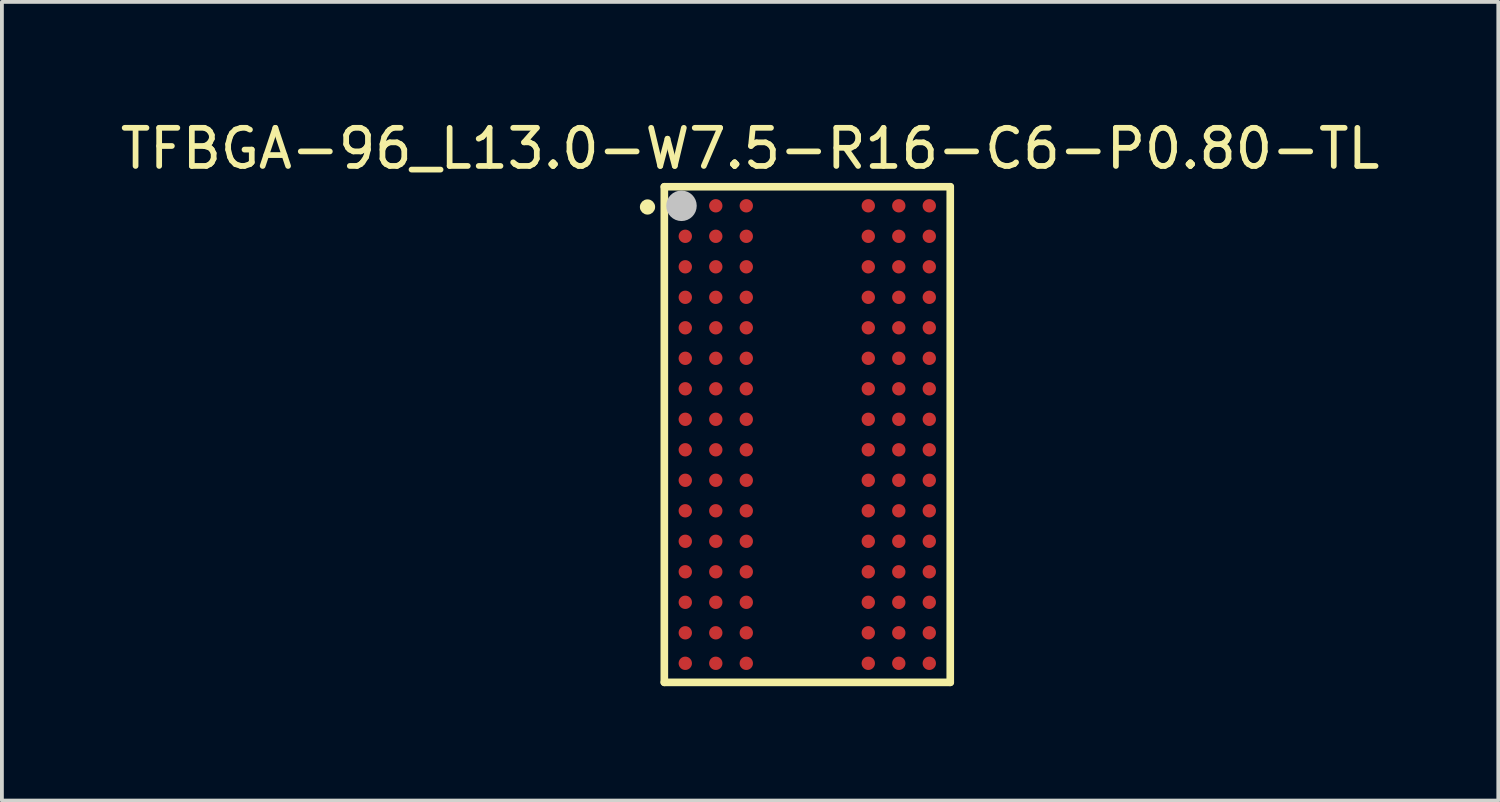
<source format=kicad_pcb>
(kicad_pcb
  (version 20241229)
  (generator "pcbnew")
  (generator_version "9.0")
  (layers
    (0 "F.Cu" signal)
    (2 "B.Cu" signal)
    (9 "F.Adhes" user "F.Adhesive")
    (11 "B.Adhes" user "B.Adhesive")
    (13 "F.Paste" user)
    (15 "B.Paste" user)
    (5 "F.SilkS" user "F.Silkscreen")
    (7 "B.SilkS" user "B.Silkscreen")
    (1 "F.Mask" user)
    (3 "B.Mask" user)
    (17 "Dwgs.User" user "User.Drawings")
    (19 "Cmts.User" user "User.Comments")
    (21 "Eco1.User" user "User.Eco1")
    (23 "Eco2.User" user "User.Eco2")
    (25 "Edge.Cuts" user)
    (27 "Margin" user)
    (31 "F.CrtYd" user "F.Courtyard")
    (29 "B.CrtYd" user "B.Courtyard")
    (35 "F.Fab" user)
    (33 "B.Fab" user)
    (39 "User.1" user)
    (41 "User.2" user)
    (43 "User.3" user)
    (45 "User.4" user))
  (footprint "TFBGA-96_L13.0-W7.5-R16-C6-P0.80-TL"
    (layer "F.Cu")
    (at 18.125 8.348)
    (property "Reference" "TFBGA-96_L13.0-W7.5-R16-C6-P0.80-TL" (at -1.5 -7.5 0) (layer "F.SilkS") (effects (font (size 1 1) (thickness 0.15))))
    (fp_line (start -3.75 -6.5) (end 3.75 -6.5) (stroke (width 0.2) (type default)) (layer "F.SilkS"))
    (fp_line (start -3.75 6.5) (end -3.75 -6.5) (stroke (width 0.2) (type default)) (layer "F.SilkS"))
    (fp_line (start 3.75 -6.5) (end 3.75 6.5) (stroke (width 0.2) (type default)) (layer "F.SilkS"))
    (fp_line (start 3.75 6.5) (end -3.75 6.5) (stroke (width 0.2) (type default)) (layer "F.SilkS"))
    (fp_circle (center -4.191 -5.969) (end -4.091 -5.969) (stroke (width 0.2) (type default)) (fill no) (layer "F.SilkS"))
    (fp_circle (center -3.3 -6) (end -3.1 -6) (stroke (width 0.4) (type default)) (fill no) (layer "Dwgs.User"))
    (fp_poly (pts (xy -2.975 -6) (xy -2.992 -6.086) (xy -3.041 -6.159) (xy -3.114 -6.208) (xy -3.2 -6.225) (xy -3.286 -6.208) (xy -3.359 -6.159) (xy -3.408 -6.086) (xy -3.425 -6) (xy -3.408 -5.914) (xy -3.359 -5.841) (xy -3.286 -5.792) (xy -3.2 -5.775) (xy -3.114 -5.792) (xy -3.041 -5.841) (xy -2.992 -5.914)) (stroke (width 0.1) (type default)) (fill no) (layer "User.1"))
    (fp_poly (pts (xy -2.975 -5.2) (xy -2.992 -5.286) (xy -3.041 -5.359) (xy -3.114 -5.408) (xy -3.2 -5.425) (xy -3.286 -5.408) (xy -3.359 -5.359) (xy -3.408 -5.286) (xy -3.425 -5.2) (xy -3.408 -5.114) (xy -3.359 -5.041) (xy -3.286 -4.992) (xy -3.2 -4.975) (xy -3.114 -4.992) (xy -3.041 -5.041) (xy -2.992 -5.114)) (stroke (width 0.1) (type default)) (fill no) (layer "User.1"))
    (fp_poly (pts (xy -2.975 -4.4) (xy -2.992 -4.486) (xy -3.041 -4.559) (xy -3.114 -4.608) (xy -3.2 -4.625) (xy -3.286 -4.608) (xy -3.359 -4.559) (xy -3.408 -4.486) (xy -3.425 -4.4) (xy -3.408 -4.314) (xy -3.359 -4.241) (xy -3.286 -4.192) (xy -3.2 -4.175) (xy -3.114 -4.192) (xy -3.041 -4.241) (xy -2.992 -4.314)) (stroke (width 0.1) (type default)) (fill no) (layer "User.1"))
    (fp_poly (pts (xy -2.975 -3.6) (xy -2.992 -3.686) (xy -3.041 -3.759) (xy -3.114 -3.808) (xy -3.2 -3.825) (xy -3.286 -3.808) (xy -3.359 -3.759) (xy -3.408 -3.686) (xy -3.425 -3.6) (xy -3.408 -3.514) (xy -3.359 -3.441) (xy -3.286 -3.392) (xy -3.2 -3.375) (xy -3.114 -3.392) (xy -3.041 -3.441) (xy -2.992 -3.514)) (stroke (width 0.1) (type default)) (fill no) (layer "User.1"))
    (fp_poly (pts (xy -2.975 -2.8) (xy -2.992 -2.886) (xy -3.041 -2.959) (xy -3.114 -3.008) (xy -3.2 -3.025) (xy -3.286 -3.008) (xy -3.359 -2.959) (xy -3.408 -2.886) (xy -3.425 -2.8) (xy -3.408 -2.714) (xy -3.359 -2.641) (xy -3.286 -2.592) (xy -3.2 -2.575) (xy -3.114 -2.592) (xy -3.041 -2.641) (xy -2.992 -2.714)) (stroke (width 0.1) (type default)) (fill no) (layer "User.1"))
    (fp_poly (pts (xy -2.975 -2) (xy -2.992 -2.086) (xy -3.041 -2.159) (xy -3.114 -2.208) (xy -3.2 -2.225) (xy -3.286 -2.208) (xy -3.359 -2.159) (xy -3.408 -2.086) (xy -3.425 -2) (xy -3.408 -1.914) (xy -3.359 -1.841) (xy -3.286 -1.792) (xy -3.2 -1.775) (xy -3.114 -1.792) (xy -3.041 -1.841) (xy -2.992 -1.914)) (stroke (width 0.1) (type default)) (fill no) (layer "User.1"))
    (fp_poly (pts (xy -2.975 -1.2) (xy -2.992 -1.286) (xy -3.041 -1.359) (xy -3.114 -1.408) (xy -3.2 -1.425) (xy -3.286 -1.408) (xy -3.359 -1.359) (xy -3.408 -1.286) (xy -3.425 -1.2) (xy -3.408 -1.114) (xy -3.359 -1.041) (xy -3.286 -0.992) (xy -3.2 -0.975) (xy -3.114 -0.992) (xy -3.041 -1.041) (xy -2.992 -1.114)) (stroke (width 0.1) (type default)) (fill no) (layer "User.1"))
    (fp_poly (pts (xy -2.975 -0.4) (xy -2.992 -0.486) (xy -3.041 -0.559) (xy -3.114 -0.608) (xy -3.2 -0.625) (xy -3.286 -0.608) (xy -3.359 -0.559) (xy -3.408 -0.486) (xy -3.425 -0.4) (xy -3.408 -0.314) (xy -3.359 -0.241) (xy -3.286 -0.192) (xy -3.2 -0.175) (xy -3.114 -0.192) (xy -3.041 -0.241) (xy -2.992 -0.314)) (stroke (width 0.1) (type default)) (fill no) (layer "User.1"))
    (fp_poly (pts (xy -2.975 0.4) (xy -2.992 0.314) (xy -3.041 0.241) (xy -3.114 0.192) (xy -3.2 0.175) (xy -3.286 0.192) (xy -3.359 0.241) (xy -3.408 0.314) (xy -3.425 0.4) (xy -3.408 0.486) (xy -3.359 0.559) (xy -3.286 0.608) (xy -3.2 0.625) (xy -3.114 0.608) (xy -3.041 0.559) (xy -2.992 0.486)) (stroke (width 0.1) (type default)) (fill no) (layer "User.1"))
    (fp_poly (pts (xy -2.975 1.2) (xy -2.992 1.114) (xy -3.041 1.041) (xy -3.114 0.992) (xy -3.2 0.975) (xy -3.286 0.992) (xy -3.359 1.041) (xy -3.408 1.114) (xy -3.425 1.2) (xy -3.408 1.286) (xy -3.359 1.359) (xy -3.286 1.408) (xy -3.2 1.425) (xy -3.114 1.408) (xy -3.041 1.359) (xy -2.992 1.286)) (stroke (width 0.1) (type default)) (fill no) (layer "User.1"))
    (fp_poly (pts (xy -2.975 2) (xy -2.992 1.914) (xy -3.041 1.841) (xy -3.114 1.792) (xy -3.2 1.775) (xy -3.286 1.792) (xy -3.359 1.841) (xy -3.408 1.914) (xy -3.425 2) (xy -3.408 2.086) (xy -3.359 2.159) (xy -3.286 2.208) (xy -3.2 2.225) (xy -3.114 2.208) (xy -3.041 2.159) (xy -2.992 2.086)) (stroke (width 0.1) (type default)) (fill no) (layer "User.1"))
    (fp_poly (pts (xy -2.975 2.8) (xy -2.992 2.714) (xy -3.041 2.641) (xy -3.114 2.592) (xy -3.2 2.575) (xy -3.286 2.592) (xy -3.359 2.641) (xy -3.408 2.714) (xy -3.425 2.8) (xy -3.408 2.886) (xy -3.359 2.959) (xy -3.286 3.008) (xy -3.2 3.025) (xy -3.114 3.008) (xy -3.041 2.959) (xy -2.992 2.886)) (stroke (width 0.1) (type default)) (fill no) (layer "User.1"))
    (fp_poly (pts (xy -2.975 3.6) (xy -2.992 3.514) (xy -3.041 3.441) (xy -3.114 3.392) (xy -3.2 3.375) (xy -3.286 3.392) (xy -3.359 3.441) (xy -3.408 3.514) (xy -3.425 3.6) (xy -3.408 3.686) (xy -3.359 3.759) (xy -3.286 3.808) (xy -3.2 3.825) (xy -3.114 3.808) (xy -3.041 3.759) (xy -2.992 3.686)) (stroke (width 0.1) (type default)) (fill no) (layer "User.1"))
    (fp_poly (pts (xy -2.975 4.4) (xy -2.992 4.314) (xy -3.041 4.241) (xy -3.114 4.192) (xy -3.2 4.175) (xy -3.286 4.192) (xy -3.359 4.241) (xy -3.408 4.314) (xy -3.425 4.4) (xy -3.408 4.486) (xy -3.359 4.559) (xy -3.286 4.608) (xy -3.2 4.625) (xy -3.114 4.608) (xy -3.041 4.559) (xy -2.992 4.486)) (stroke (width 0.1) (type default)) (fill no) (layer "User.1"))
    (fp_poly (pts (xy -2.975 5.2) (xy -2.992 5.114) (xy -3.041 5.041) (xy -3.114 4.992) (xy -3.2 4.975) (xy -3.286 4.992) (xy -3.359 5.041) (xy -3.408 5.114) (xy -3.425 5.2) (xy -3.408 5.286) (xy -3.359 5.359) (xy -3.286 5.408) (xy -3.2 5.425) (xy -3.114 5.408) (xy -3.041 5.359) (xy -2.992 5.286)) (stroke (width 0.1) (type default)) (fill no) (layer "User.1"))
    (fp_poly (pts (xy -2.975 6) (xy -2.992 5.914) (xy -3.041 5.841) (xy -3.114 5.792) (xy -3.2 5.775) (xy -3.286 5.792) (xy -3.359 5.841) (xy -3.408 5.914) (xy -3.425 6) (xy -3.408 6.086) (xy -3.359 6.159) (xy -3.286 6.208) (xy -3.2 6.225) (xy -3.114 6.208) (xy -3.041 6.159) (xy -2.992 6.086)) (stroke (width 0.1) (type default)) (fill no) (layer "User.1"))
    (fp_poly (pts (xy -2.175 -6) (xy -2.192 -6.086) (xy -2.241 -6.159) (xy -2.314 -6.208) (xy -2.4 -6.225) (xy -2.486 -6.208) (xy -2.559 -6.159) (xy -2.608 -6.086) (xy -2.625 -6) (xy -2.608 -5.914) (xy -2.559 -5.841) (xy -2.486 -5.792) (xy -2.4 -5.775) (xy -2.314 -5.792) (xy -2.241 -5.841) (xy -2.192 -5.914)) (stroke (width 0.1) (type default)) (fill no) (layer "User.1"))
    (fp_poly (pts (xy -2.175 -5.2) (xy -2.192 -5.286) (xy -2.241 -5.359) (xy -2.314 -5.408) (xy -2.4 -5.425) (xy -2.486 -5.408) (xy -2.559 -5.359) (xy -2.608 -5.286) (xy -2.625 -5.2) (xy -2.608 -5.114) (xy -2.559 -5.041) (xy -2.486 -4.992) (xy -2.4 -4.975) (xy -2.314 -4.992) (xy -2.241 -5.041) (xy -2.192 -5.114)) (stroke (width 0.1) (type default)) (fill no) (layer "User.1"))
    (fp_poly (pts (xy -2.175 -4.4) (xy -2.192 -4.486) (xy -2.241 -4.559) (xy -2.314 -4.608) (xy -2.4 -4.625) (xy -2.486 -4.608) (xy -2.559 -4.559) (xy -2.608 -4.486) (xy -2.625 -4.4) (xy -2.608 -4.314) (xy -2.559 -4.241) (xy -2.486 -4.192) (xy -2.4 -4.175) (xy -2.314 -4.192) (xy -2.241 -4.241) (xy -2.192 -4.314)) (stroke (width 0.1) (type default)) (fill no) (layer "User.1"))
    (fp_poly (pts (xy -2.175 -3.6) (xy -2.192 -3.686) (xy -2.241 -3.759) (xy -2.314 -3.808) (xy -2.4 -3.825) (xy -2.486 -3.808) (xy -2.559 -3.759) (xy -2.608 -3.686) (xy -2.625 -3.6) (xy -2.608 -3.514) (xy -2.559 -3.441) (xy -2.486 -3.392) (xy -2.4 -3.375) (xy -2.314 -3.392) (xy -2.241 -3.441) (xy -2.192 -3.514)) (stroke (width 0.1) (type default)) (fill no) (layer "User.1"))
    (fp_poly (pts (xy -2.175 -2.8) (xy -2.192 -2.886) (xy -2.241 -2.959) (xy -2.314 -3.008) (xy -2.4 -3.025) (xy -2.486 -3.008) (xy -2.559 -2.959) (xy -2.608 -2.886) (xy -2.625 -2.8) (xy -2.608 -2.714) (xy -2.559 -2.641) (xy -2.486 -2.592) (xy -2.4 -2.575) (xy -2.314 -2.592) (xy -2.241 -2.641) (xy -2.192 -2.714)) (stroke (width 0.1) (type default)) (fill no) (layer "User.1"))
    (fp_poly (pts (xy -2.175 -2) (xy -2.192 -2.086) (xy -2.241 -2.159) (xy -2.314 -2.208) (xy -2.4 -2.225) (xy -2.486 -2.208) (xy -2.559 -2.159) (xy -2.608 -2.086) (xy -2.625 -2) (xy -2.608 -1.914) (xy -2.559 -1.841) (xy -2.486 -1.792) (xy -2.4 -1.775) (xy -2.314 -1.792) (xy -2.241 -1.841) (xy -2.192 -1.914)) (stroke (width 0.1) (type default)) (fill no) (layer "User.1"))
    (fp_poly (pts (xy -2.175 -1.2) (xy -2.192 -1.286) (xy -2.241 -1.359) (xy -2.314 -1.408) (xy -2.4 -1.425) (xy -2.486 -1.408) (xy -2.559 -1.359) (xy -2.608 -1.286) (xy -2.625 -1.2) (xy -2.608 -1.114) (xy -2.559 -1.041) (xy -2.486 -0.992) (xy -2.4 -0.975) (xy -2.314 -0.992) (xy -2.241 -1.041) (xy -2.192 -1.114)) (stroke (width 0.1) (type default)) (fill no) (layer "User.1"))
    (fp_poly (pts (xy -2.175 -0.4) (xy -2.192 -0.486) (xy -2.241 -0.559) (xy -2.314 -0.608) (xy -2.4 -0.625) (xy -2.486 -0.608) (xy -2.559 -0.559) (xy -2.608 -0.486) (xy -2.625 -0.4) (xy -2.608 -0.314) (xy -2.559 -0.241) (xy -2.486 -0.192) (xy -2.4 -0.175) (xy -2.314 -0.192) (xy -2.241 -0.241) (xy -2.192 -0.314)) (stroke (width 0.1) (type default)) (fill no) (layer "User.1"))
    (fp_poly (pts (xy -2.175 0.4) (xy -2.192 0.314) (xy -2.241 0.241) (xy -2.314 0.192) (xy -2.4 0.175) (xy -2.486 0.192) (xy -2.559 0.241) (xy -2.608 0.314) (xy -2.625 0.4) (xy -2.608 0.486) (xy -2.559 0.559) (xy -2.486 0.608) (xy -2.4 0.625) (xy -2.314 0.608) (xy -2.241 0.559) (xy -2.192 0.486)) (stroke (width 0.1) (type default)) (fill no) (layer "User.1"))
    (fp_poly (pts (xy -2.175 1.2) (xy -2.192 1.114) (xy -2.241 1.041) (xy -2.314 0.992) (xy -2.4 0.975) (xy -2.486 0.992) (xy -2.559 1.041) (xy -2.608 1.114) (xy -2.625 1.2) (xy -2.608 1.286) (xy -2.559 1.359) (xy -2.486 1.408) (xy -2.4 1.425) (xy -2.314 1.408) (xy -2.241 1.359) (xy -2.192 1.286)) (stroke (width 0.1) (type default)) (fill no) (layer "User.1"))
    (fp_poly (pts (xy -2.175 2) (xy -2.192 1.914) (xy -2.241 1.841) (xy -2.314 1.792) (xy -2.4 1.775) (xy -2.486 1.792) (xy -2.559 1.841) (xy -2.608 1.914) (xy -2.625 2) (xy -2.608 2.086) (xy -2.559 2.159) (xy -2.486 2.208) (xy -2.4 2.225) (xy -2.314 2.208) (xy -2.241 2.159) (xy -2.192 2.086)) (stroke (width 0.1) (type default)) (fill no) (layer "User.1"))
    (fp_poly (pts (xy -2.175 2.8) (xy -2.192 2.714) (xy -2.241 2.641) (xy -2.314 2.592) (xy -2.4 2.575) (xy -2.486 2.592) (xy -2.559 2.641) (xy -2.608 2.714) (xy -2.625 2.8) (xy -2.608 2.886) (xy -2.559 2.959) (xy -2.486 3.008) (xy -2.4 3.025) (xy -2.314 3.008) (xy -2.241 2.959) (xy -2.192 2.886)) (stroke (width 0.1) (type default)) (fill no) (layer "User.1"))
    (fp_poly (pts (xy -2.175 3.6) (xy -2.192 3.514) (xy -2.241 3.441) (xy -2.314 3.392) (xy -2.4 3.375) (xy -2.486 3.392) (xy -2.559 3.441) (xy -2.608 3.514) (xy -2.625 3.6) (xy -2.608 3.686) (xy -2.559 3.759) (xy -2.486 3.808) (xy -2.4 3.825) (xy -2.314 3.808) (xy -2.241 3.759) (xy -2.192 3.686)) (stroke (width 0.1) (type default)) (fill no) (layer "User.1"))
    (fp_poly (pts (xy -2.175 4.4) (xy -2.192 4.314) (xy -2.241 4.241) (xy -2.314 4.192) (xy -2.4 4.175) (xy -2.486 4.192) (xy -2.559 4.241) (xy -2.608 4.314) (xy -2.625 4.4) (xy -2.608 4.486) (xy -2.559 4.559) (xy -2.486 4.608) (xy -2.4 4.625) (xy -2.314 4.608) (xy -2.241 4.559) (xy -2.192 4.486)) (stroke (width 0.1) (type default)) (fill no) (layer "User.1"))
    (fp_poly (pts (xy -2.175 5.2) (xy -2.192 5.114) (xy -2.241 5.041) (xy -2.314 4.992) (xy -2.4 4.975) (xy -2.486 4.992) (xy -2.559 5.041) (xy -2.608 5.114) (xy -2.625 5.2) (xy -2.608 5.286) (xy -2.559 5.359) (xy -2.486 5.408) (xy -2.4 5.425) (xy -2.314 5.408) (xy -2.241 5.359) (xy -2.192 5.286)) (stroke (width 0.1) (type default)) (fill no) (layer "User.1"))
    (fp_poly (pts (xy -2.175 6) (xy -2.192 5.914) (xy -2.241 5.841) (xy -2.314 5.792) (xy -2.4 5.775) (xy -2.486 5.792) (xy -2.559 5.841) (xy -2.608 5.914) (xy -2.625 6) (xy -2.608 6.086) (xy -2.559 6.159) (xy -2.486 6.208) (xy -2.4 6.225) (xy -2.314 6.208) (xy -2.241 6.159) (xy -2.192 6.086)) (stroke (width 0.1) (type default)) (fill no) (layer "User.1"))
    (fp_poly (pts (xy -1.375 -6) (xy -1.392 -6.086) (xy -1.441 -6.159) (xy -1.514 -6.208) (xy -1.6 -6.225) (xy -1.686 -6.208) (xy -1.759 -6.159) (xy -1.808 -6.086) (xy -1.825 -6) (xy -1.808 -5.914) (xy -1.759 -5.841) (xy -1.686 -5.792) (xy -1.6 -5.775) (xy -1.514 -5.792) (xy -1.441 -5.841) (xy -1.392 -5.914)) (stroke (width 0.1) (type default)) (fill no) (layer "User.1"))
    (fp_poly (pts (xy -1.375 -5.2) (xy -1.392 -5.286) (xy -1.441 -5.359) (xy -1.514 -5.408) (xy -1.6 -5.425) (xy -1.686 -5.408) (xy -1.759 -5.359) (xy -1.808 -5.286) (xy -1.825 -5.2) (xy -1.808 -5.114) (xy -1.759 -5.041) (xy -1.686 -4.992) (xy -1.6 -4.975) (xy -1.514 -4.992) (xy -1.441 -5.041) (xy -1.392 -5.114)) (stroke (width 0.1) (type default)) (fill no) (layer "User.1"))
    (fp_poly (pts (xy -1.375 -4.4) (xy -1.392 -4.486) (xy -1.441 -4.559) (xy -1.514 -4.608) (xy -1.6 -4.625) (xy -1.686 -4.608) (xy -1.759 -4.559) (xy -1.808 -4.486) (xy -1.825 -4.4) (xy -1.808 -4.314) (xy -1.759 -4.241) (xy -1.686 -4.192) (xy -1.6 -4.175) (xy -1.514 -4.192) (xy -1.441 -4.241) (xy -1.392 -4.314)) (stroke (width 0.1) (type default)) (fill no) (layer "User.1"))
    (fp_poly (pts (xy -1.375 -3.6) (xy -1.392 -3.686) (xy -1.441 -3.759) (xy -1.514 -3.808) (xy -1.6 -3.825) (xy -1.686 -3.808) (xy -1.759 -3.759) (xy -1.808 -3.686) (xy -1.825 -3.6) (xy -1.808 -3.514) (xy -1.759 -3.441) (xy -1.686 -3.392) (xy -1.6 -3.375) (xy -1.514 -3.392) (xy -1.441 -3.441) (xy -1.392 -3.514)) (stroke (width 0.1) (type default)) (fill no) (layer "User.1"))
    (fp_poly (pts (xy -1.375 -2.8) (xy -1.392 -2.886) (xy -1.441 -2.959) (xy -1.514 -3.008) (xy -1.6 -3.025) (xy -1.686 -3.008) (xy -1.759 -2.959) (xy -1.808 -2.886) (xy -1.825 -2.8) (xy -1.808 -2.714) (xy -1.759 -2.641) (xy -1.686 -2.592) (xy -1.6 -2.575) (xy -1.514 -2.592) (xy -1.441 -2.641) (xy -1.392 -2.714)) (stroke (width 0.1) (type default)) (fill no) (layer "User.1"))
    (fp_poly (pts (xy -1.375 -2) (xy -1.392 -2.086) (xy -1.441 -2.159) (xy -1.514 -2.208) (xy -1.6 -2.225) (xy -1.686 -2.208) (xy -1.759 -2.159) (xy -1.808 -2.086) (xy -1.825 -2) (xy -1.808 -1.914) (xy -1.759 -1.841) (xy -1.686 -1.792) (xy -1.6 -1.775) (xy -1.514 -1.792) (xy -1.441 -1.841) (xy -1.392 -1.914)) (stroke (width 0.1) (type default)) (fill no) (layer "User.1"))
    (fp_poly (pts (xy -1.375 -1.2) (xy -1.392 -1.286) (xy -1.441 -1.359) (xy -1.514 -1.408) (xy -1.6 -1.425) (xy -1.686 -1.408) (xy -1.759 -1.359) (xy -1.808 -1.286) (xy -1.825 -1.2) (xy -1.808 -1.114) (xy -1.759 -1.041) (xy -1.686 -0.992) (xy -1.6 -0.975) (xy -1.514 -0.992) (xy -1.441 -1.041) (xy -1.392 -1.114)) (stroke (width 0.1) (type default)) (fill no) (layer "User.1"))
    (fp_poly (pts (xy -1.375 -0.4) (xy -1.392 -0.486) (xy -1.441 -0.559) (xy -1.514 -0.608) (xy -1.6 -0.625) (xy -1.686 -0.608) (xy -1.759 -0.559) (xy -1.808 -0.486) (xy -1.825 -0.4) (xy -1.808 -0.314) (xy -1.759 -0.241) (xy -1.686 -0.192) (xy -1.6 -0.175) (xy -1.514 -0.192) (xy -1.441 -0.241) (xy -1.392 -0.314)) (stroke (width 0.1) (type default)) (fill no) (layer "User.1"))
    (fp_poly (pts (xy -1.375 0.4) (xy -1.392 0.314) (xy -1.441 0.241) (xy -1.514 0.192) (xy -1.6 0.175) (xy -1.686 0.192) (xy -1.759 0.241) (xy -1.808 0.314) (xy -1.825 0.4) (xy -1.808 0.486) (xy -1.759 0.559) (xy -1.686 0.608) (xy -1.6 0.625) (xy -1.514 0.608) (xy -1.441 0.559) (xy -1.392 0.486)) (stroke (width 0.1) (type default)) (fill no) (layer "User.1"))
    (fp_poly (pts (xy -1.375 1.2) (xy -1.392 1.114) (xy -1.441 1.041) (xy -1.514 0.992) (xy -1.6 0.975) (xy -1.686 0.992) (xy -1.759 1.041) (xy -1.808 1.114) (xy -1.825 1.2) (xy -1.808 1.286) (xy -1.759 1.359) (xy -1.686 1.408) (xy -1.6 1.425) (xy -1.514 1.408) (xy -1.441 1.359) (xy -1.392 1.286)) (stroke (width 0.1) (type default)) (fill no) (layer "User.1"))
    (fp_poly (pts (xy -1.375 2) (xy -1.392 1.914) (xy -1.441 1.841) (xy -1.514 1.792) (xy -1.6 1.775) (xy -1.686 1.792) (xy -1.759 1.841) (xy -1.808 1.914) (xy -1.825 2) (xy -1.808 2.086) (xy -1.759 2.159) (xy -1.686 2.208) (xy -1.6 2.225) (xy -1.514 2.208) (xy -1.441 2.159) (xy -1.392 2.086)) (stroke (width 0.1) (type default)) (fill no) (layer "User.1"))
    (fp_poly (pts (xy -1.375 2.8) (xy -1.392 2.714) (xy -1.441 2.641) (xy -1.514 2.592) (xy -1.6 2.575) (xy -1.686 2.592) (xy -1.759 2.641) (xy -1.808 2.714) (xy -1.825 2.8) (xy -1.808 2.886) (xy -1.759 2.959) (xy -1.686 3.008) (xy -1.6 3.025) (xy -1.514 3.008) (xy -1.441 2.959) (xy -1.392 2.886)) (stroke (width 0.1) (type default)) (fill no) (layer "User.1"))
    (fp_poly (pts (xy -1.375 3.6) (xy -1.392 3.514) (xy -1.441 3.441) (xy -1.514 3.392) (xy -1.6 3.375) (xy -1.686 3.392) (xy -1.759 3.441) (xy -1.808 3.514) (xy -1.825 3.6) (xy -1.808 3.686) (xy -1.759 3.759) (xy -1.686 3.808) (xy -1.6 3.825) (xy -1.514 3.808) (xy -1.441 3.759) (xy -1.392 3.686)) (stroke (width 0.1) (type default)) (fill no) (layer "User.1"))
    (fp_poly (pts (xy -1.375 4.4) (xy -1.392 4.314) (xy -1.441 4.241) (xy -1.514 4.192) (xy -1.6 4.175) (xy -1.686 4.192) (xy -1.759 4.241) (xy -1.808 4.314) (xy -1.825 4.4) (xy -1.808 4.486) (xy -1.759 4.559) (xy -1.686 4.608) (xy -1.6 4.625) (xy -1.514 4.608) (xy -1.441 4.559) (xy -1.392 4.486)) (stroke (width 0.1) (type default)) (fill no) (layer "User.1"))
    (fp_poly (pts (xy -1.375 5.2) (xy -1.392 5.114) (xy -1.441 5.041) (xy -1.514 4.992) (xy -1.6 4.975) (xy -1.686 4.992) (xy -1.759 5.041) (xy -1.808 5.114) (xy -1.825 5.2) (xy -1.808 5.286) (xy -1.759 5.359) (xy -1.686 5.408) (xy -1.6 5.425) (xy -1.514 5.408) (xy -1.441 5.359) (xy -1.392 5.286)) (stroke (width 0.1) (type default)) (fill no) (layer "User.1"))
    (fp_poly (pts (xy -1.375 6) (xy -1.392 5.914) (xy -1.441 5.841) (xy -1.514 5.792) (xy -1.6 5.775) (xy -1.686 5.792) (xy -1.759 5.841) (xy -1.808 5.914) (xy -1.825 6) (xy -1.808 6.086) (xy -1.759 6.159) (xy -1.686 6.208) (xy -1.6 6.225) (xy -1.514 6.208) (xy -1.441 6.159) (xy -1.392 6.086)) (stroke (width 0.1) (type default)) (fill no) (layer "User.1"))
    (fp_poly (pts (xy 1.825 -6) (xy 1.808 -6.086) (xy 1.759 -6.159) (xy 1.686 -6.208) (xy 1.6 -6.225) (xy 1.514 -6.208) (xy 1.441 -6.159) (xy 1.392 -6.086) (xy 1.375 -6) (xy 1.392 -5.914) (xy 1.441 -5.841) (xy 1.514 -5.792) (xy 1.6 -5.775) (xy 1.686 -5.792) (xy 1.759 -5.841) (xy 1.808 -5.914)) (stroke (width 0.1) (type default)) (fill no) (layer "User.1"))
    (fp_poly (pts (xy 1.825 -5.2) (xy 1.808 -5.286) (xy 1.759 -5.359) (xy 1.686 -5.408) (xy 1.6 -5.425) (xy 1.514 -5.408) (xy 1.441 -5.359) (xy 1.392 -5.286) (xy 1.375 -5.2) (xy 1.392 -5.114) (xy 1.441 -5.041) (xy 1.514 -4.992) (xy 1.6 -4.975) (xy 1.686 -4.992) (xy 1.759 -5.041) (xy 1.808 -5.114)) (stroke (width 0.1) (type default)) (fill no) (layer "User.1"))
    (fp_poly (pts (xy 1.825 -4.4) (xy 1.808 -4.486) (xy 1.759 -4.559) (xy 1.686 -4.608) (xy 1.6 -4.625) (xy 1.514 -4.608) (xy 1.441 -4.559) (xy 1.392 -4.486) (xy 1.375 -4.4) (xy 1.392 -4.314) (xy 1.441 -4.241) (xy 1.514 -4.192) (xy 1.6 -4.175) (xy 1.686 -4.192) (xy 1.759 -4.241) (xy 1.808 -4.314)) (stroke (width 0.1) (type default)) (fill no) (layer "User.1"))
    (fp_poly (pts (xy 1.825 -3.6) (xy 1.808 -3.686) (xy 1.759 -3.759) (xy 1.686 -3.808) (xy 1.6 -3.825) (xy 1.514 -3.808) (xy 1.441 -3.759) (xy 1.392 -3.686) (xy 1.375 -3.6) (xy 1.392 -3.514) (xy 1.441 -3.441) (xy 1.514 -3.392) (xy 1.6 -3.375) (xy 1.686 -3.392) (xy 1.759 -3.441) (xy 1.808 -3.514)) (stroke (width 0.1) (type default)) (fill no) (layer "User.1"))
    (fp_poly (pts (xy 1.825 -2.8) (xy 1.808 -2.886) (xy 1.759 -2.959) (xy 1.686 -3.008) (xy 1.6 -3.025) (xy 1.514 -3.008) (xy 1.441 -2.959) (xy 1.392 -2.886) (xy 1.375 -2.8) (xy 1.392 -2.714) (xy 1.441 -2.641) (xy 1.514 -2.592) (xy 1.6 -2.575) (xy 1.686 -2.592) (xy 1.759 -2.641) (xy 1.808 -2.714)) (stroke (width 0.1) (type default)) (fill no) (layer "User.1"))
    (fp_poly (pts (xy 1.825 -2) (xy 1.808 -2.086) (xy 1.759 -2.159) (xy 1.686 -2.208) (xy 1.6 -2.225) (xy 1.514 -2.208) (xy 1.441 -2.159) (xy 1.392 -2.086) (xy 1.375 -2) (xy 1.392 -1.914) (xy 1.441 -1.841) (xy 1.514 -1.792) (xy 1.6 -1.775) (xy 1.686 -1.792) (xy 1.759 -1.841) (xy 1.808 -1.914)) (stroke (width 0.1) (type default)) (fill no) (layer "User.1"))
    (fp_poly (pts (xy 1.825 -1.2) (xy 1.808 -1.286) (xy 1.759 -1.359) (xy 1.686 -1.408) (xy 1.6 -1.425) (xy 1.514 -1.408) (xy 1.441 -1.359) (xy 1.392 -1.286) (xy 1.375 -1.2) (xy 1.392 -1.114) (xy 1.441 -1.041) (xy 1.514 -0.992) (xy 1.6 -0.975) (xy 1.686 -0.992) (xy 1.759 -1.041) (xy 1.808 -1.114)) (stroke (width 0.1) (type default)) (fill no) (layer "User.1"))
    (fp_poly (pts (xy 1.825 -0.4) (xy 1.808 -0.486) (xy 1.759 -0.559) (xy 1.686 -0.608) (xy 1.6 -0.625) (xy 1.514 -0.608) (xy 1.441 -0.559) (xy 1.392 -0.486) (xy 1.375 -0.4) (xy 1.392 -0.314) (xy 1.441 -0.241) (xy 1.514 -0.192) (xy 1.6 -0.175) (xy 1.686 -0.192) (xy 1.759 -0.241) (xy 1.808 -0.314)) (stroke (width 0.1) (type default)) (fill no) (layer "User.1"))
    (fp_poly (pts (xy 1.825 0.4) (xy 1.808 0.314) (xy 1.759 0.241) (xy 1.686 0.192) (xy 1.6 0.175) (xy 1.514 0.192) (xy 1.441 0.241) (xy 1.392 0.314) (xy 1.375 0.4) (xy 1.392 0.486) (xy 1.441 0.559) (xy 1.514 0.608) (xy 1.6 0.625) (xy 1.686 0.608) (xy 1.759 0.559) (xy 1.808 0.486)) (stroke (width 0.1) (type default)) (fill no) (layer "User.1"))
    (fp_poly (pts (xy 1.825 1.2) (xy 1.808 1.114) (xy 1.759 1.041) (xy 1.686 0.992) (xy 1.6 0.975) (xy 1.514 0.992) (xy 1.441 1.041) (xy 1.392 1.114) (xy 1.375 1.2) (xy 1.392 1.286) (xy 1.441 1.359) (xy 1.514 1.408) (xy 1.6 1.425) (xy 1.686 1.408) (xy 1.759 1.359) (xy 1.808 1.286)) (stroke (width 0.1) (type default)) (fill no) (layer "User.1"))
    (fp_poly (pts (xy 1.825 2) (xy 1.808 1.914) (xy 1.759 1.841) (xy 1.686 1.792) (xy 1.6 1.775) (xy 1.514 1.792) (xy 1.441 1.841) (xy 1.392 1.914) (xy 1.375 2) (xy 1.392 2.086) (xy 1.441 2.159) (xy 1.514 2.208) (xy 1.6 2.225) (xy 1.686 2.208) (xy 1.759 2.159) (xy 1.808 2.086)) (stroke (width 0.1) (type default)) (fill no) (layer "User.1"))
    (fp_poly (pts (xy 1.825 2.8) (xy 1.808 2.714) (xy 1.759 2.641) (xy 1.686 2.592) (xy 1.6 2.575) (xy 1.514 2.592) (xy 1.441 2.641) (xy 1.392 2.714) (xy 1.375 2.8) (xy 1.392 2.886) (xy 1.441 2.959) (xy 1.514 3.008) (xy 1.6 3.025) (xy 1.686 3.008) (xy 1.759 2.959) (xy 1.808 2.886)) (stroke (width 0.1) (type default)) (fill no) (layer "User.1"))
    (fp_poly (pts (xy 1.825 3.6) (xy 1.808 3.514) (xy 1.759 3.441) (xy 1.686 3.392) (xy 1.6 3.375) (xy 1.514 3.392) (xy 1.441 3.441) (xy 1.392 3.514) (xy 1.375 3.6) (xy 1.392 3.686) (xy 1.441 3.759) (xy 1.514 3.808) (xy 1.6 3.825) (xy 1.686 3.808) (xy 1.759 3.759) (xy 1.808 3.686)) (stroke (width 0.1) (type default)) (fill no) (layer "User.1"))
    (fp_poly (pts (xy 1.825 4.4) (xy 1.808 4.314) (xy 1.759 4.241) (xy 1.686 4.192) (xy 1.6 4.175) (xy 1.514 4.192) (xy 1.441 4.241) (xy 1.392 4.314) (xy 1.375 4.4) (xy 1.392 4.486) (xy 1.441 4.559) (xy 1.514 4.608) (xy 1.6 4.625) (xy 1.686 4.608) (xy 1.759 4.559) (xy 1.808 4.486)) (stroke (width 0.1) (type default)) (fill no) (layer "User.1"))
    (fp_poly (pts (xy 1.825 5.2) (xy 1.808 5.114) (xy 1.759 5.041) (xy 1.686 4.992) (xy 1.6 4.975) (xy 1.514 4.992) (xy 1.441 5.041) (xy 1.392 5.114) (xy 1.375 5.2) (xy 1.392 5.286) (xy 1.441 5.359) (xy 1.514 5.408) (xy 1.6 5.425) (xy 1.686 5.408) (xy 1.759 5.359) (xy 1.808 5.286)) (stroke (width 0.1) (type default)) (fill no) (layer "User.1"))
    (fp_poly (pts (xy 1.825 6) (xy 1.808 5.914) (xy 1.759 5.841) (xy 1.686 5.792) (xy 1.6 5.775) (xy 1.514 5.792) (xy 1.441 5.841) (xy 1.392 5.914) (xy 1.375 6) (xy 1.392 6.086) (xy 1.441 6.159) (xy 1.514 6.208) (xy 1.6 6.225) (xy 1.686 6.208) (xy 1.759 6.159) (xy 1.808 6.086)) (stroke (width 0.1) (type default)) (fill no) (layer "User.1"))
    (fp_poly (pts (xy 2.625 -6) (xy 2.608 -6.086) (xy 2.559 -6.159) (xy 2.486 -6.208) (xy 2.4 -6.225) (xy 2.314 -6.208) (xy 2.241 -6.159) (xy 2.192 -6.086) (xy 2.175 -6) (xy 2.192 -5.914) (xy 2.241 -5.841) (xy 2.314 -5.792) (xy 2.4 -5.775) (xy 2.486 -5.792) (xy 2.559 -5.841) (xy 2.608 -5.914)) (stroke (width 0.1) (type default)) (fill no) (layer "User.1"))
    (fp_poly (pts (xy 2.625 -5.2) (xy 2.608 -5.286) (xy 2.559 -5.359) (xy 2.486 -5.408) (xy 2.4 -5.425) (xy 2.314 -5.408) (xy 2.241 -5.359) (xy 2.192 -5.286) (xy 2.175 -5.2) (xy 2.192 -5.114) (xy 2.241 -5.041) (xy 2.314 -4.992) (xy 2.4 -4.975) (xy 2.486 -4.992) (xy 2.559 -5.041) (xy 2.608 -5.114)) (stroke (width 0.1) (type default)) (fill no) (layer "User.1"))
    (fp_poly (pts (xy 2.625 -4.4) (xy 2.608 -4.486) (xy 2.559 -4.559) (xy 2.486 -4.608) (xy 2.4 -4.625) (xy 2.314 -4.608) (xy 2.241 -4.559) (xy 2.192 -4.486) (xy 2.175 -4.4) (xy 2.192 -4.314) (xy 2.241 -4.241) (xy 2.314 -4.192) (xy 2.4 -4.175) (xy 2.486 -4.192) (xy 2.559 -4.241) (xy 2.608 -4.314)) (stroke (width 0.1) (type default)) (fill no) (layer "User.1"))
    (fp_poly (pts (xy 2.625 -3.6) (xy 2.608 -3.686) (xy 2.559 -3.759) (xy 2.486 -3.808) (xy 2.4 -3.825) (xy 2.314 -3.808) (xy 2.241 -3.759) (xy 2.192 -3.686) (xy 2.175 -3.6) (xy 2.192 -3.514) (xy 2.241 -3.441) (xy 2.314 -3.392) (xy 2.4 -3.375) (xy 2.486 -3.392) (xy 2.559 -3.441) (xy 2.608 -3.514)) (stroke (width 0.1) (type default)) (fill no) (layer "User.1"))
    (fp_poly (pts (xy 2.625 -2.8) (xy 2.608 -2.886) (xy 2.559 -2.959) (xy 2.486 -3.008) (xy 2.4 -3.025) (xy 2.314 -3.008) (xy 2.241 -2.959) (xy 2.192 -2.886) (xy 2.175 -2.8) (xy 2.192 -2.714) (xy 2.241 -2.641) (xy 2.314 -2.592) (xy 2.4 -2.575) (xy 2.486 -2.592) (xy 2.559 -2.641) (xy 2.608 -2.714)) (stroke (width 0.1) (type default)) (fill no) (layer "User.1"))
    (fp_poly (pts (xy 2.625 -2) (xy 2.608 -2.086) (xy 2.559 -2.159) (xy 2.486 -2.208) (xy 2.4 -2.225) (xy 2.314 -2.208) (xy 2.241 -2.159) (xy 2.192 -2.086) (xy 2.175 -2) (xy 2.192 -1.914) (xy 2.241 -1.841) (xy 2.314 -1.792) (xy 2.4 -1.775) (xy 2.486 -1.792) (xy 2.559 -1.841) (xy 2.608 -1.914)) (stroke (width 0.1) (type default)) (fill no) (layer "User.1"))
    (fp_poly (pts (xy 2.625 -1.2) (xy 2.608 -1.286) (xy 2.559 -1.359) (xy 2.486 -1.408) (xy 2.4 -1.425) (xy 2.314 -1.408) (xy 2.241 -1.359) (xy 2.192 -1.286) (xy 2.175 -1.2) (xy 2.192 -1.114) (xy 2.241 -1.041) (xy 2.314 -0.992) (xy 2.4 -0.975) (xy 2.486 -0.992) (xy 2.559 -1.041) (xy 2.608 -1.114)) (stroke (width 0.1) (type default)) (fill no) (layer "User.1"))
    (fp_poly (pts (xy 2.625 -0.4) (xy 2.608 -0.486) (xy 2.559 -0.559) (xy 2.486 -0.608) (xy 2.4 -0.625) (xy 2.314 -0.608) (xy 2.241 -0.559) (xy 2.192 -0.486) (xy 2.175 -0.4) (xy 2.192 -0.314) (xy 2.241 -0.241) (xy 2.314 -0.192) (xy 2.4 -0.175) (xy 2.486 -0.192) (xy 2.559 -0.241) (xy 2.608 -0.314)) (stroke (width 0.1) (type default)) (fill no) (layer "User.1"))
    (fp_poly (pts (xy 2.625 0.4) (xy 2.608 0.314) (xy 2.559 0.241) (xy 2.486 0.192) (xy 2.4 0.175) (xy 2.314 0.192) (xy 2.241 0.241) (xy 2.192 0.314) (xy 2.175 0.4) (xy 2.192 0.486) (xy 2.241 0.559) (xy 2.314 0.608) (xy 2.4 0.625) (xy 2.486 0.608) (xy 2.559 0.559) (xy 2.608 0.486)) (stroke (width 0.1) (type default)) (fill no) (layer "User.1"))
    (fp_poly (pts (xy 2.625 1.2) (xy 2.608 1.114) (xy 2.559 1.041) (xy 2.486 0.992) (xy 2.4 0.975) (xy 2.314 0.992) (xy 2.241 1.041) (xy 2.192 1.114) (xy 2.175 1.2) (xy 2.192 1.286) (xy 2.241 1.359) (xy 2.314 1.408) (xy 2.4 1.425) (xy 2.486 1.408) (xy 2.559 1.359) (xy 2.608 1.286)) (stroke (width 0.1) (type default)) (fill no) (layer "User.1"))
    (fp_poly (pts (xy 2.625 2) (xy 2.608 1.914) (xy 2.559 1.841) (xy 2.486 1.792) (xy 2.4 1.775) (xy 2.314 1.792) (xy 2.241 1.841) (xy 2.192 1.914) (xy 2.175 2) (xy 2.192 2.086) (xy 2.241 2.159) (xy 2.314 2.208) (xy 2.4 2.225) (xy 2.486 2.208) (xy 2.559 2.159) (xy 2.608 2.086)) (stroke (width 0.1) (type default)) (fill no) (layer "User.1"))
    (fp_poly (pts (xy 2.625 2.8) (xy 2.608 2.714) (xy 2.559 2.641) (xy 2.486 2.592) (xy 2.4 2.575) (xy 2.314 2.592) (xy 2.241 2.641) (xy 2.192 2.714) (xy 2.175 2.8) (xy 2.192 2.886) (xy 2.241 2.959) (xy 2.314 3.008) (xy 2.4 3.025) (xy 2.486 3.008) (xy 2.559 2.959) (xy 2.608 2.886)) (stroke (width 0.1) (type default)) (fill no) (layer "User.1"))
    (fp_poly (pts (xy 2.625 3.6) (xy 2.608 3.514) (xy 2.559 3.441) (xy 2.486 3.392) (xy 2.4 3.375) (xy 2.314 3.392) (xy 2.241 3.441) (xy 2.192 3.514) (xy 2.175 3.6) (xy 2.192 3.686) (xy 2.241 3.759) (xy 2.314 3.808) (xy 2.4 3.825) (xy 2.486 3.808) (xy 2.559 3.759) (xy 2.608 3.686)) (stroke (width 0.1) (type default)) (fill no) (layer "User.1"))
    (fp_poly (pts (xy 2.625 4.4) (xy 2.608 4.314) (xy 2.559 4.241) (xy 2.486 4.192) (xy 2.4 4.175) (xy 2.314 4.192) (xy 2.241 4.241) (xy 2.192 4.314) (xy 2.175 4.4) (xy 2.192 4.486) (xy 2.241 4.559) (xy 2.314 4.608) (xy 2.4 4.625) (xy 2.486 4.608) (xy 2.559 4.559) (xy 2.608 4.486)) (stroke (width 0.1) (type default)) (fill no) (layer "User.1"))
    (fp_poly (pts (xy 2.625 5.2) (xy 2.608 5.114) (xy 2.559 5.041) (xy 2.486 4.992) (xy 2.4 4.975) (xy 2.314 4.992) (xy 2.241 5.041) (xy 2.192 5.114) (xy 2.175 5.2) (xy 2.192 5.286) (xy 2.241 5.359) (xy 2.314 5.408) (xy 2.4 5.425) (xy 2.486 5.408) (xy 2.559 5.359) (xy 2.608 5.286)) (stroke (width 0.1) (type default)) (fill no) (layer "User.1"))
    (fp_poly (pts (xy 2.625 6) (xy 2.608 5.914) (xy 2.559 5.841) (xy 2.486 5.792) (xy 2.4 5.775) (xy 2.314 5.792) (xy 2.241 5.841) (xy 2.192 5.914) (xy 2.175 6) (xy 2.192 6.086) (xy 2.241 6.159) (xy 2.314 6.208) (xy 2.4 6.225) (xy 2.486 6.208) (xy 2.559 6.159) (xy 2.608 6.086)) (stroke (width 0.1) (type default)) (fill no) (layer "User.1"))
    (fp_poly (pts (xy 3.425 -6) (xy 3.408 -6.086) (xy 3.359 -6.159) (xy 3.286 -6.208) (xy 3.2 -6.225) (xy 3.114 -6.208) (xy 3.041 -6.159) (xy 2.992 -6.086) (xy 2.975 -6) (xy 2.992 -5.914) (xy 3.041 -5.841) (xy 3.114 -5.792) (xy 3.2 -5.775) (xy 3.286 -5.792) (xy 3.359 -5.841) (xy 3.408 -5.914)) (stroke (width 0.1) (type default)) (fill no) (layer "User.1"))
    (fp_poly (pts (xy 3.425 -5.2) (xy 3.408 -5.286) (xy 3.359 -5.359) (xy 3.286 -5.408) (xy 3.2 -5.425) (xy 3.114 -5.408) (xy 3.041 -5.359) (xy 2.992 -5.286) (xy 2.975 -5.2) (xy 2.992 -5.114) (xy 3.041 -5.041) (xy 3.114 -4.992) (xy 3.2 -4.975) (xy 3.286 -4.992) (xy 3.359 -5.041) (xy 3.408 -5.114)) (stroke (width 0.1) (type default)) (fill no) (layer "User.1"))
    (fp_poly (pts (xy 3.425 -4.4) (xy 3.408 -4.486) (xy 3.359 -4.559) (xy 3.286 -4.608) (xy 3.2 -4.625) (xy 3.114 -4.608) (xy 3.041 -4.559) (xy 2.992 -4.486) (xy 2.975 -4.4) (xy 2.992 -4.314) (xy 3.041 -4.241) (xy 3.114 -4.192) (xy 3.2 -4.175) (xy 3.286 -4.192) (xy 3.359 -4.241) (xy 3.408 -4.314)) (stroke (width 0.1) (type default)) (fill no) (layer "User.1"))
    (fp_poly (pts (xy 3.425 -3.6) (xy 3.408 -3.686) (xy 3.359 -3.759) (xy 3.286 -3.808) (xy 3.2 -3.825) (xy 3.114 -3.808) (xy 3.041 -3.759) (xy 2.992 -3.686) (xy 2.975 -3.6) (xy 2.992 -3.514) (xy 3.041 -3.441) (xy 3.114 -3.392) (xy 3.2 -3.375) (xy 3.286 -3.392) (xy 3.359 -3.441) (xy 3.408 -3.514)) (stroke (width 0.1) (type default)) (fill no) (layer "User.1"))
    (fp_poly (pts (xy 3.425 -2.8) (xy 3.408 -2.886) (xy 3.359 -2.959) (xy 3.286 -3.008) (xy 3.2 -3.025) (xy 3.114 -3.008) (xy 3.041 -2.959) (xy 2.992 -2.886) (xy 2.975 -2.8) (xy 2.992 -2.714) (xy 3.041 -2.641) (xy 3.114 -2.592) (xy 3.2 -2.575) (xy 3.286 -2.592) (xy 3.359 -2.641) (xy 3.408 -2.714)) (stroke (width 0.1) (type default)) (fill no) (layer "User.1"))
    (fp_poly (pts (xy 3.425 -2) (xy 3.408 -2.086) (xy 3.359 -2.159) (xy 3.286 -2.208) (xy 3.2 -2.225) (xy 3.114 -2.208) (xy 3.041 -2.159) (xy 2.992 -2.086) (xy 2.975 -2) (xy 2.992 -1.914) (xy 3.041 -1.841) (xy 3.114 -1.792) (xy 3.2 -1.775) (xy 3.286 -1.792) (xy 3.359 -1.841) (xy 3.408 -1.914)) (stroke (width 0.1) (type default)) (fill no) (layer "User.1"))
    (fp_poly (pts (xy 3.425 -1.2) (xy 3.408 -1.286) (xy 3.359 -1.359) (xy 3.286 -1.408) (xy 3.2 -1.425) (xy 3.114 -1.408) (xy 3.041 -1.359) (xy 2.992 -1.286) (xy 2.975 -1.2) (xy 2.992 -1.114) (xy 3.041 -1.041) (xy 3.114 -0.992) (xy 3.2 -0.975) (xy 3.286 -0.992) (xy 3.359 -1.041) (xy 3.408 -1.114)) (stroke (width 0.1) (type default)) (fill no) (layer "User.1"))
    (fp_poly (pts (xy 3.425 -0.4) (xy 3.408 -0.486) (xy 3.359 -0.559) (xy 3.286 -0.608) (xy 3.2 -0.625) (xy 3.114 -0.608) (xy 3.041 -0.559) (xy 2.992 -0.486) (xy 2.975 -0.4) (xy 2.992 -0.314) (xy 3.041 -0.241) (xy 3.114 -0.192) (xy 3.2 -0.175) (xy 3.286 -0.192) (xy 3.359 -0.241) (xy 3.408 -0.314)) (stroke (width 0.1) (type default)) (fill no) (layer "User.1"))
    (fp_poly (pts (xy 3.425 0.4) (xy 3.408 0.314) (xy 3.359 0.241) (xy 3.286 0.192) (xy 3.2 0.175) (xy 3.114 0.192) (xy 3.041 0.241) (xy 2.992 0.314) (xy 2.975 0.4) (xy 2.992 0.486) (xy 3.041 0.559) (xy 3.114 0.608) (xy 3.2 0.625) (xy 3.286 0.608) (xy 3.359 0.559) (xy 3.408 0.486)) (stroke (width 0.1) (type default)) (fill no) (layer "User.1"))
    (fp_poly (pts (xy 3.425 1.2) (xy 3.408 1.114) (xy 3.359 1.041) (xy 3.286 0.992) (xy 3.2 0.975) (xy 3.114 0.992) (xy 3.041 1.041) (xy 2.992 1.114) (xy 2.975 1.2) (xy 2.992 1.286) (xy 3.041 1.359) (xy 3.114 1.408) (xy 3.2 1.425) (xy 3.286 1.408) (xy 3.359 1.359) (xy 3.408 1.286)) (stroke (width 0.1) (type default)) (fill no) (layer "User.1"))
    (fp_poly (pts (xy 3.425 2) (xy 3.408 1.914) (xy 3.359 1.841) (xy 3.286 1.792) (xy 3.2 1.775) (xy 3.114 1.792) (xy 3.041 1.841) (xy 2.992 1.914) (xy 2.975 2) (xy 2.992 2.086) (xy 3.041 2.159) (xy 3.114 2.208) (xy 3.2 2.225) (xy 3.286 2.208) (xy 3.359 2.159) (xy 3.408 2.086)) (stroke (width 0.1) (type default)) (fill no) (layer "User.1"))
    (fp_poly (pts (xy 3.425 2.8) (xy 3.408 2.714) (xy 3.359 2.641) (xy 3.286 2.592) (xy 3.2 2.575) (xy 3.114 2.592) (xy 3.041 2.641) (xy 2.992 2.714) (xy 2.975 2.8) (xy 2.992 2.886) (xy 3.041 2.959) (xy 3.114 3.008) (xy 3.2 3.025) (xy 3.286 3.008) (xy 3.359 2.959) (xy 3.408 2.886)) (stroke (width 0.1) (type default)) (fill no) (layer "User.1"))
    (fp_poly (pts (xy 3.425 3.6) (xy 3.408 3.514) (xy 3.359 3.441) (xy 3.286 3.392) (xy 3.2 3.375) (xy 3.114 3.392) (xy 3.041 3.441) (xy 2.992 3.514) (xy 2.975 3.6) (xy 2.992 3.686) (xy 3.041 3.759) (xy 3.114 3.808) (xy 3.2 3.825) (xy 3.286 3.808) (xy 3.359 3.759) (xy 3.408 3.686)) (stroke (width 0.1) (type default)) (fill no) (layer "User.1"))
    (fp_poly (pts (xy 3.425 4.4) (xy 3.408 4.314) (xy 3.359 4.241) (xy 3.286 4.192) (xy 3.2 4.175) (xy 3.114 4.192) (xy 3.041 4.241) (xy 2.992 4.314) (xy 2.975 4.4) (xy 2.992 4.486) (xy 3.041 4.559) (xy 3.114 4.608) (xy 3.2 4.625) (xy 3.286 4.608) (xy 3.359 4.559) (xy 3.408 4.486)) (stroke (width 0.1) (type default)) (fill no) (layer "User.1"))
    (fp_poly (pts (xy 3.425 5.2) (xy 3.408 5.114) (xy 3.359 5.041) (xy 3.286 4.992) (xy 3.2 4.975) (xy 3.114 4.992) (xy 3.041 5.041) (xy 2.992 5.114) (xy 2.975 5.2) (xy 2.992 5.286) (xy 3.041 5.359) (xy 3.114 5.408) (xy 3.2 5.425) (xy 3.286 5.408) (xy 3.359 5.359) (xy 3.408 5.286)) (stroke (width 0.1) (type default)) (fill no) (layer "User.1"))
    (fp_poly (pts (xy 3.425 6) (xy 3.408 5.914) (xy 3.359 5.841) (xy 3.286 5.792) (xy 3.2 5.775) (xy 3.114 5.792) (xy 3.041 5.841) (xy 2.992 5.914) (xy 2.975 6) (xy 2.992 6.086) (xy 3.041 6.159) (xy 3.114 6.208) (xy 3.2 6.225) (xy 3.286 6.208) (xy 3.359 6.159) (xy 3.408 6.086)) (stroke (width 0.1) (type default)) (fill no) (layer "User.1"))
    (fp_line (start -3.75 -6.5) (end 3.75 -6.5) (stroke (width 0.051) (type default)) (layer "User.2"))
    (fp_line (start -3.75 6.5) (end -3.75 -6.5) (stroke (width 0.051) (type default)) (layer "User.2"))
    (fp_line (start 3.75 -6.5) (end 3.75 6.5) (stroke (width 0.051) (type default)) (layer "User.2"))
    (fp_line (start 3.75 6.5) (end -3.75 6.5) (stroke (width 0.051) (type default)) (layer "User.2"))
    (fp_poly (pts (xy -3.69 -6.5) (xy -3.708 -6.542) (xy -3.75 -6.56) (xy -3.792 -6.542) (xy -3.81 -6.5) (xy -3.792 -6.458) (xy -3.75 -6.44) (xy -3.708 -6.458)) (stroke (width 0.1) (type default)) (fill no) (layer "User.3"))
    (pad "A1" smd circle (at -3.2 -6 270) (size 0.35 0.35) (layers "F.Cu" "F.Mask" "F.Paste"))
    (pad "A2" smd circle (at -2.4 -6 270) (size 0.35 0.35) (layers "F.Cu" "F.Mask" "F.Paste"))
    (pad "A3" smd circle (at -1.6 -6 270) (size 0.35 0.35) (layers "F.Cu" "F.Mask" "F.Paste"))
    (pad "A7" smd circle (at 1.6 -6 270) (size 0.35 0.35) (layers "F.Cu" "F.Mask" "F.Paste"))
    (pad "A8" smd circle (at 2.4 -6 270) (size 0.35 0.35) (layers "F.Cu" "F.Mask" "F.Paste"))
    (pad "A9" smd circle (at 3.2 -6 270) (size 0.35 0.35) (layers "F.Cu" "F.Mask" "F.Paste"))
    (pad "B1" smd circle (at -3.2 -5.2 270) (size 0.35 0.35) (layers "F.Cu" "F.Mask" "F.Paste"))
    (pad "B2" smd circle (at -2.4 -5.2 270) (size 0.35 0.35) (layers "F.Cu" "F.Mask" "F.Paste"))
    (pad "B3" smd circle (at -1.6 -5.2 270) (size 0.35 0.35) (layers "F.Cu" "F.Mask" "F.Paste"))
    (pad "B7" smd circle (at 1.6 -5.2 270) (size 0.35 0.35) (layers "F.Cu" "F.Mask" "F.Paste"))
    (pad "B8" smd circle (at 2.4 -5.2 270) (size 0.35 0.35) (layers "F.Cu" "F.Mask" "F.Paste"))
    (pad "B9" smd circle (at 3.2 -5.2 270) (size 0.35 0.35) (layers "F.Cu" "F.Mask" "F.Paste"))
    (pad "C1" smd circle (at -3.2 -4.4 270) (size 0.35 0.35) (layers "F.Cu" "F.Mask" "F.Paste"))
    (pad "C2" smd circle (at -2.4 -4.4 270) (size 0.35 0.35) (layers "F.Cu" "F.Mask" "F.Paste"))
    (pad "C3" smd circle (at -1.6 -4.4 270) (size 0.35 0.35) (layers "F.Cu" "F.Mask" "F.Paste"))
    (pad "C7" smd circle (at 1.6 -4.4 270) (size 0.35 0.35) (layers "F.Cu" "F.Mask" "F.Paste"))
    (pad "C8" smd circle (at 2.4 -4.4 270) (size 0.35 0.35) (layers "F.Cu" "F.Mask" "F.Paste"))
    (pad "C9" smd circle (at 3.2 -4.4 270) (size 0.35 0.35) (layers "F.Cu" "F.Mask" "F.Paste"))
    (pad "D1" smd circle (at -3.2 -3.6 270) (size 0.35 0.35) (layers "F.Cu" "F.Mask" "F.Paste"))
    (pad "D2" smd circle (at -2.4 -3.6 270) (size 0.35 0.35) (layers "F.Cu" "F.Mask" "F.Paste"))
    (pad "D3" smd circle (at -1.6 -3.6 270) (size 0.35 0.35) (layers "F.Cu" "F.Mask" "F.Paste"))
    (pad "D7" smd circle (at 1.6 -3.6 270) (size 0.35 0.35) (layers "F.Cu" "F.Mask" "F.Paste"))
    (pad "D8" smd circle (at 2.4 -3.6 270) (size 0.35 0.35) (layers "F.Cu" "F.Mask" "F.Paste"))
    (pad "D9" smd circle (at 3.2 -3.6 270) (size 0.35 0.35) (layers "F.Cu" "F.Mask" "F.Paste"))
    (pad "E1" smd circle (at -3.2 -2.8 270) (size 0.35 0.35) (layers "F.Cu" "F.Mask" "F.Paste"))
    (pad "E2" smd circle (at -2.4 -2.8 270) (size 0.35 0.35) (layers "F.Cu" "F.Mask" "F.Paste"))
    (pad "E3" smd circle (at -1.6 -2.8 270) (size 0.35 0.35) (layers "F.Cu" "F.Mask" "F.Paste"))
    (pad "E7" smd circle (at 1.6 -2.8 270) (size 0.35 0.35) (layers "F.Cu" "F.Mask" "F.Paste"))
    (pad "E8" smd circle (at 2.4 -2.8 270) (size 0.35 0.35) (layers "F.Cu" "F.Mask" "F.Paste"))
    (pad "E9" smd circle (at 3.2 -2.8 270) (size 0.35 0.35) (layers "F.Cu" "F.Mask" "F.Paste"))
    (pad "F1" smd circle (at -3.2 -2 270) (size 0.35 0.35) (layers "F.Cu" "F.Mask" "F.Paste"))
    (pad "F2" smd circle (at -2.4 -2 270) (size 0.35 0.35) (layers "F.Cu" "F.Mask" "F.Paste"))
    (pad "F3" smd circle (at -1.6 -2 270) (size 0.35 0.35) (layers "F.Cu" "F.Mask" "F.Paste"))
    (pad "F7" smd circle (at 1.6 -2 270) (size 0.35 0.35) (layers "F.Cu" "F.Mask" "F.Paste"))
    (pad "F8" smd circle (at 2.4 -2 270) (size 0.35 0.35) (layers "F.Cu" "F.Mask" "F.Paste"))
    (pad "F9" smd circle (at 3.2 -2 270) (size 0.35 0.35) (layers "F.Cu" "F.Mask" "F.Paste"))
    (pad "G1" smd circle (at -3.2 -1.2 270) (size 0.35 0.35) (layers "F.Cu" "F.Mask" "F.Paste"))
    (pad "G2" smd circle (at -2.4 -1.2 270) (size 0.35 0.35) (layers "F.Cu" "F.Mask" "F.Paste"))
    (pad "G3" smd circle (at -1.6 -1.2 270) (size 0.35 0.35) (layers "F.Cu" "F.Mask" "F.Paste"))
    (pad "G7" smd circle (at 1.6 -1.2 270) (size 0.35 0.35) (layers "F.Cu" "F.Mask" "F.Paste"))
    (pad "G8" smd circle (at 2.4 -1.2 270) (size 0.35 0.35) (layers "F.Cu" "F.Mask" "F.Paste"))
    (pad "G9" smd circle (at 3.2 -1.2 270) (size 0.35 0.35) (layers "F.Cu" "F.Mask" "F.Paste"))
    (pad "H1" smd circle (at -3.2 -0.4 270) (size 0.35 0.35) (layers "F.Cu" "F.Mask" "F.Paste"))
    (pad "H2" smd circle (at -2.4 -0.4 270) (size 0.35 0.35) (layers "F.Cu" "F.Mask" "F.Paste"))
    (pad "H3" smd circle (at -1.6 -0.4 270) (size 0.35 0.35) (layers "F.Cu" "F.Mask" "F.Paste"))
    (pad "H7" smd circle (at 1.6 -0.4 270) (size 0.35 0.35) (layers "F.Cu" "F.Mask" "F.Paste"))
    (pad "H8" smd circle (at 2.4 -0.4 270) (size 0.35 0.35) (layers "F.Cu" "F.Mask" "F.Paste"))
    (pad "H9" smd circle (at 3.2 -0.4 270) (size 0.35 0.35) (layers "F.Cu" "F.Mask" "F.Paste"))
    (pad "J1" smd circle (at -3.2 0.4 270) (size 0.35 0.35) (layers "F.Cu" "F.Mask" "F.Paste"))
    (pad "J2" smd circle (at -2.4 0.4 270) (size 0.35 0.35) (layers "F.Cu" "F.Mask" "F.Paste"))
    (pad "J3" smd circle (at -1.6 0.4 270) (size 0.35 0.35) (layers "F.Cu" "F.Mask" "F.Paste"))
    (pad "J7" smd circle (at 1.6 0.4 270) (size 0.35 0.35) (layers "F.Cu" "F.Mask" "F.Paste"))
    (pad "J8" smd circle (at 2.4 0.4 270) (size 0.35 0.35) (layers "F.Cu" "F.Mask" "F.Paste"))
    (pad "J9" smd circle (at 3.2 0.4 270) (size 0.35 0.35) (layers "F.Cu" "F.Mask" "F.Paste"))
    (pad "K1" smd circle (at -3.2 1.2 270) (size 0.35 0.35) (layers "F.Cu" "F.Mask" "F.Paste"))
    (pad "K2" smd circle (at -2.4 1.2 270) (size 0.35 0.35) (layers "F.Cu" "F.Mask" "F.Paste"))
    (pad "K3" smd circle (at -1.6 1.2 270) (size 0.35 0.35) (layers "F.Cu" "F.Mask" "F.Paste"))
    (pad "K7" smd circle (at 1.6 1.2 270) (size 0.35 0.35) (layers "F.Cu" "F.Mask" "F.Paste"))
    (pad "K8" smd circle (at 2.4 1.2 270) (size 0.35 0.35) (layers "F.Cu" "F.Mask" "F.Paste"))
    (pad "K9" smd circle (at 3.2 1.2 270) (size 0.35 0.35) (layers "F.Cu" "F.Mask" "F.Paste"))
    (pad "L1" smd circle (at -3.2 2 270) (size 0.35 0.35) (layers "F.Cu" "F.Mask" "F.Paste"))
    (pad "L2" smd circle (at -2.4 2 270) (size 0.35 0.35) (layers "F.Cu" "F.Mask" "F.Paste"))
    (pad "L3" smd circle (at -1.6 2 270) (size 0.35 0.35) (layers "F.Cu" "F.Mask" "F.Paste"))
    (pad "L7" smd circle (at 1.6 2 270) (size 0.35 0.35) (layers "F.Cu" "F.Mask" "F.Paste"))
    (pad "L8" smd circle (at 2.4 2 270) (size 0.35 0.35) (layers "F.Cu" "F.Mask" "F.Paste"))
    (pad "L9" smd circle (at 3.2 2 270) (size 0.35 0.35) (layers "F.Cu" "F.Mask" "F.Paste"))
    (pad "M1" smd circle (at -3.2 2.8 270) (size 0.35 0.35) (layers "F.Cu" "F.Mask" "F.Paste"))
    (pad "M2" smd circle (at -2.4 2.8 270) (size 0.35 0.35) (layers "F.Cu" "F.Mask" "F.Paste"))
    (pad "M3" smd circle (at -1.6 2.8 270) (size 0.35 0.35) (layers "F.Cu" "F.Mask" "F.Paste"))
    (pad "M7" smd circle (at 1.6 2.8 270) (size 0.35 0.35) (layers "F.Cu" "F.Mask" "F.Paste"))
    (pad "M8" smd circle (at 2.4 2.8 270) (size 0.35 0.35) (layers "F.Cu" "F.Mask" "F.Paste"))
    (pad "M9" smd circle (at 3.2 2.8 270) (size 0.35 0.35) (layers "F.Cu" "F.Mask" "F.Paste"))
    (pad "N1" smd circle (at -3.2 3.6 270) (size 0.35 0.35) (layers "F.Cu" "F.Mask" "F.Paste"))
    (pad "N2" smd circle (at -2.4 3.6 270) (size 0.35 0.35) (layers "F.Cu" "F.Mask" "F.Paste"))
    (pad "N3" smd circle (at -1.6 3.6 270) (size 0.35 0.35) (layers "F.Cu" "F.Mask" "F.Paste"))
    (pad "N7" smd circle (at 1.6 3.6 270) (size 0.35 0.35) (layers "F.Cu" "F.Mask" "F.Paste"))
    (pad "N8" smd circle (at 2.4 3.6 270) (size 0.35 0.35) (layers "F.Cu" "F.Mask" "F.Paste"))
    (pad "N9" smd circle (at 3.2 3.6 270) (size 0.35 0.35) (layers "F.Cu" "F.Mask" "F.Paste"))
    (pad "P1" smd circle (at -3.2 4.4 270) (size 0.35 0.35) (layers "F.Cu" "F.Mask" "F.Paste"))
    (pad "P2" smd circle (at -2.4 4.4 270) (size 0.35 0.35) (layers "F.Cu" "F.Mask" "F.Paste"))
    (pad "P3" smd circle (at -1.6 4.4 270) (size 0.35 0.35) (layers "F.Cu" "F.Mask" "F.Paste"))
    (pad "P7" smd circle (at 1.6 4.4 270) (size 0.35 0.35) (layers "F.Cu" "F.Mask" "F.Paste"))
    (pad "P8" smd circle (at 2.4 4.4 270) (size 0.35 0.35) (layers "F.Cu" "F.Mask" "F.Paste"))
    (pad "P9" smd circle (at 3.2 4.4 270) (size 0.35 0.35) (layers "F.Cu" "F.Mask" "F.Paste"))
    (pad "R1" smd circle (at -3.2 5.2 270) (size 0.35 0.35) (layers "F.Cu" "F.Mask" "F.Paste"))
    (pad "R2" smd circle (at -2.4 5.2 270) (size 0.35 0.35) (layers "F.Cu" "F.Mask" "F.Paste"))
    (pad "R3" smd circle (at -1.6 5.2 270) (size 0.35 0.35) (layers "F.Cu" "F.Mask" "F.Paste"))
    (pad "R7" smd circle (at 1.6 5.2 270) (size 0.35 0.35) (layers "F.Cu" "F.Mask" "F.Paste"))
    (pad "R8" smd circle (at 2.4 5.2 270) (size 0.35 0.35) (layers "F.Cu" "F.Mask" "F.Paste"))
    (pad "R9" smd circle (at 3.2 5.2 270) (size 0.35 0.35) (layers "F.Cu" "F.Mask" "F.Paste"))
    (pad "T1" smd circle (at -3.2 6 270) (size 0.35 0.35) (layers "F.Cu" "F.Mask" "F.Paste"))
    (pad "T2" smd circle (at -2.4 6 270) (size 0.35 0.35) (layers "F.Cu" "F.Mask" "F.Paste"))
    (pad "T3" smd circle (at -1.6 6 270) (size 0.35 0.35) (layers "F.Cu" "F.Mask" "F.Paste"))
    (pad "T7" smd circle (at 1.6 6 270) (size 0.35 0.35) (layers "F.Cu" "F.Mask" "F.Paste"))
    (pad "T8" smd circle (at 2.4 6 270) (size 0.35 0.35) (layers "F.Cu" "F.Mask" "F.Paste"))
    (pad "T9" smd circle (at 3.2 6 270) (size 0.35 0.35) (layers "F.Cu" "F.Mask" "F.Paste")))
  (gr_rect
    (start -3 -3)
    (end 36.25 17.948)
    (stroke (width 0.1) (type default))
    (fill no)
    (layer "Edge.Cuts")))
</source>
